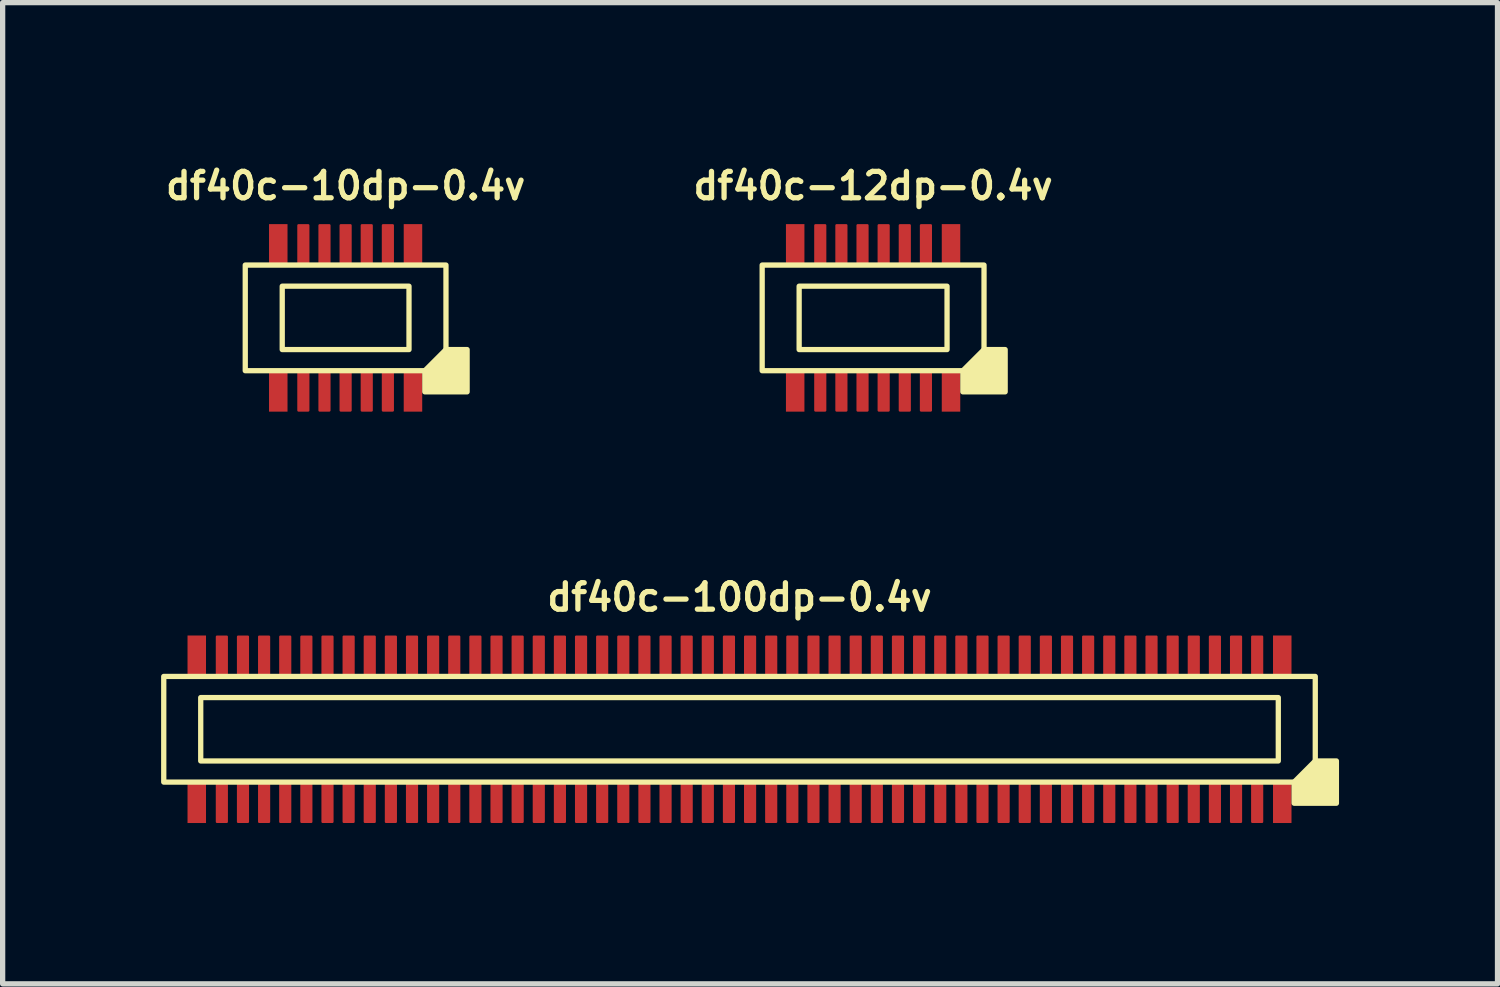
<source format=kicad_pcb>
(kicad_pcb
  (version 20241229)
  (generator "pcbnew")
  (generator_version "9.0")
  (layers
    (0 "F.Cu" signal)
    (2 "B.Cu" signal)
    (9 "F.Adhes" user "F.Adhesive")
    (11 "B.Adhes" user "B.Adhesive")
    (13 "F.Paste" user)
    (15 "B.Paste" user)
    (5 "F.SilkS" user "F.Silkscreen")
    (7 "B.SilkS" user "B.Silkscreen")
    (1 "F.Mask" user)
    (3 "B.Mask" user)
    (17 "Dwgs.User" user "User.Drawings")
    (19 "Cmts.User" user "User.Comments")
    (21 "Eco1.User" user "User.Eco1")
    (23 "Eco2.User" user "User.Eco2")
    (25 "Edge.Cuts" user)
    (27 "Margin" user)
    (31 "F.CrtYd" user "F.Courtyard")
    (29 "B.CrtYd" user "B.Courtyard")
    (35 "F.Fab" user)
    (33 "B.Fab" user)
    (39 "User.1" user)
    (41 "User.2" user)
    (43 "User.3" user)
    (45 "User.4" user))
  (footprint "df40c-10dp-0.4v"
    (layer "F.Cu")
    (at 3.493 2.968)
    (property "Reference" "df40c-10dp-0.4v" (at 0 -2.5 180) (layer "F.SilkS") (effects (font (size 0.5 0.5) (thickness 0.1))))
    (attr smd)
    (fp_rect (start -1.45 -1.775) (end -1.1 -1.025) (stroke (width 0) (type solid)) (fill yes) (layer "F.Cu"))
    (fp_rect (start -1.45 1.025) (end -1.1 1.775) (stroke (width 0) (type solid)) (fill yes) (layer "F.Cu"))
    (fp_rect (start 1.1 -1.775) (end 1.45 -1.025) (stroke (width 0) (type solid)) (fill yes) (layer "F.Cu"))
    (fp_rect (start 1.1 1.025) (end 1.45 1.775) (stroke (width 0) (type solid)) (fill yes) (layer "F.Cu"))
    (fp_rect (start -1.48 -1.805) (end -1.07 -0.995) (stroke (width 0) (type solid)) (fill yes) (layer "F.Mask"))
    (fp_rect (start -1.48 0.995) (end -1.07 1.805) (stroke (width 0) (type solid)) (fill yes) (layer "F.Mask"))
    (fp_rect (start 1.07 -0.995) (end 1.48 -1.805) (stroke (width 0.03) (type solid)) (fill yes) (layer "F.Mask"))
    (fp_rect (start 1.07 0.995) (end 1.48 1.805) (stroke (width 0.03) (type solid)) (fill yes) (layer "F.Mask"))
    (fp_rect (start 1.2 -0.6) (end -1.2 0.6) (stroke (width 0.1) (type default)) (fill no) (layer "F.SilkS"))
    (fp_rect (start 1.9 -1) (end -1.9 1) (stroke (width 0.1) (type default)) (fill no) (layer "F.SilkS"))
    (fp_poly (pts (xy 1.5 1) (xy 1.5 1.4) (xy 2.3 1.4) (xy 2.3 0.6) (xy 1.9 0.6)) (stroke (width 0.1) (type solid)) (fill yes) (layer "F.SilkS"))
    (fp_rect (start -1.45 -1.775) (end -1.1 -1.025) (stroke (width 0) (type solid)) (fill yes) (layer "F.Paste"))
    (fp_rect (start -1.1 1.025) (end -1.45 1.775) (stroke (width 0) (type solid)) (fill yes) (layer "F.Paste"))
    (fp_rect (start 1.1 -1.775) (end 1.45 -1.025) (stroke (width 0) (type solid)) (fill yes) (layer "F.Paste"))
    (fp_rect (start 1.1 1.025) (end 1.45 1.775) (stroke (width 0) (type solid)) (fill yes) (layer "F.Paste"))
    (pad "1" smd roundrect (at 0.8 1.4) (size 0.23 0.75) (layers "F.Cu" "F.Mask" "F.Paste") (roundrect_rratio 0.1))
    (pad "2" smd roundrect (at 0.8 -1.4) (size 0.23 0.75) (layers "F.Cu" "F.Mask" "F.Paste") (roundrect_rratio 0.1))
    (pad "3" smd roundrect (at 0.4 1.4) (size 0.23 0.75) (layers "F.Cu" "F.Mask" "F.Paste") (roundrect_rratio 0.1))
    (pad "4" smd roundrect (at 0.4 -1.4) (size 0.23 0.75) (layers "F.Cu" "F.Mask" "F.Paste") (roundrect_rratio 0.1))
    (pad "5" smd roundrect (at 0 1.4) (size 0.23 0.75) (layers "F.Cu" "F.Mask" "F.Paste") (roundrect_rratio 0.1))
    (pad "6" smd roundrect (at 0 -1.4) (size 0.23 0.75) (layers "F.Cu" "F.Mask" "F.Paste") (roundrect_rratio 0.1))
    (pad "7" smd roundrect (at -0.4 1.4) (size 0.23 0.75) (layers "F.Cu" "F.Mask" "F.Paste") (roundrect_rratio 0.1))
    (pad "8" smd roundrect (at -0.4 -1.4) (size 0.23 0.75) (layers "F.Cu" "F.Mask" "F.Paste") (roundrect_rratio 0.1))
    (pad "9" smd roundrect (at -0.8 1.4) (size 0.23 0.75) (layers "F.Cu" "F.Mask" "F.Paste") (roundrect_rratio 0.1))
    (pad "10" smd roundrect (at -0.8 -1.4) (size 0.23 0.75) (layers "F.Cu" "F.Mask" "F.Paste") (roundrect_rratio 0.1)))
  (footprint "df40c-12dp-0.4v"
    (layer "F.Cu")
    (at 13.479 2.968)
    (property "Reference" "df40c-12dp-0.4v" (at 0 -2.5 180) (layer "F.SilkS") (effects (font (size 0.5 0.5) (thickness 0.1))))
    (attr smd)
    (fp_rect (start -1.65 -1.775) (end -1.3 -1.025) (stroke (width 0) (type solid)) (fill yes) (layer "F.Cu"))
    (fp_rect (start -1.65 1.025) (end -1.3 1.775) (stroke (width 0) (type solid)) (fill yes) (layer "F.Cu"))
    (fp_rect (start 1.3 -1.775) (end 1.65 -1.025) (stroke (width 0) (type solid)) (fill yes) (layer "F.Cu"))
    (fp_rect (start 1.3 1.025) (end 1.65 1.775) (stroke (width 0) (type solid)) (fill yes) (layer "F.Cu"))
    (fp_rect (start -1.68 -1.805) (end -1.27 -0.995) (stroke (width 0) (type solid)) (fill yes) (layer "F.Mask"))
    (fp_rect (start -1.68 0.995) (end -1.27 1.805) (stroke (width 0) (type solid)) (fill yes) (layer "F.Mask"))
    (fp_rect (start 1.27 -0.995) (end 1.68 -1.805) (stroke (width 0.03) (type solid)) (fill yes) (layer "F.Mask"))
    (fp_rect (start 1.27 0.995) (end 1.68 1.805) (stroke (width 0.03) (type solid)) (fill yes) (layer "F.Mask"))
    (fp_rect (start 1.4 -0.6) (end -1.4 0.6) (stroke (width 0.1) (type default)) (fill no) (layer "F.SilkS"))
    (fp_rect (start 2.1 -1) (end -2.1 1) (stroke (width 0.1) (type default)) (fill no) (layer "F.SilkS"))
    (fp_poly (pts (xy 1.7 1) (xy 1.7 1.4) (xy 2.5 1.4) (xy 2.5 0.6) (xy 2.1 0.6)) (stroke (width 0.1) (type solid)) (fill yes) (layer "F.SilkS"))
    (fp_rect (start -1.65 -1.775) (end -1.3 -1.025) (stroke (width 0) (type solid)) (fill yes) (layer "F.Paste"))
    (fp_rect (start -1.3 1.025) (end -1.65 1.775) (stroke (width 0) (type solid)) (fill yes) (layer "F.Paste"))
    (fp_rect (start 1.3 -1.775) (end 1.65 -1.025) (stroke (width 0) (type solid)) (fill yes) (layer "F.Paste"))
    (fp_rect (start 1.3 1.025) (end 1.65 1.775) (stroke (width 0) (type solid)) (fill yes) (layer "F.Paste"))
    (pad "1" smd roundrect (at 1 1.4) (size 0.23 0.75) (layers "F.Cu" "F.Mask" "F.Paste") (roundrect_rratio 0.1))
    (pad "2" smd roundrect (at 1 -1.4) (size 0.23 0.75) (layers "F.Cu" "F.Mask" "F.Paste") (roundrect_rratio 0.1))
    (pad "3" smd roundrect (at 0.6 1.4) (size 0.23 0.75) (layers "F.Cu" "F.Mask" "F.Paste") (roundrect_rratio 0.1))
    (pad "4" smd roundrect (at 0.6 -1.4) (size 0.23 0.75) (layers "F.Cu" "F.Mask" "F.Paste") (roundrect_rratio 0.1))
    (pad "5" smd roundrect (at 0.2 1.4) (size 0.23 0.75) (layers "F.Cu" "F.Mask" "F.Paste") (roundrect_rratio 0.1))
    (pad "6" smd roundrect (at 0.2 -1.4) (size 0.23 0.75) (layers "F.Cu" "F.Mask" "F.Paste") (roundrect_rratio 0.1))
    (pad "7" smd roundrect (at -0.2 1.4) (size 0.23 0.75) (layers "F.Cu" "F.Mask" "F.Paste") (roundrect_rratio 0.1))
    (pad "8" smd roundrect (at -0.2 -1.4) (size 0.23 0.75) (layers "F.Cu" "F.Mask" "F.Paste") (roundrect_rratio 0.1))
    (pad "9" smd roundrect (at -0.6 1.4) (size 0.23 0.75) (layers "F.Cu" "F.Mask" "F.Paste") (roundrect_rratio 0.1))
    (pad "10" smd roundrect (at -0.6 -1.4) (size 0.23 0.75) (layers "F.Cu" "F.Mask" "F.Paste") (roundrect_rratio 0.1))
    (pad "11" smd roundrect (at -1 1.4) (size 0.23 0.75) (layers "F.Cu" "F.Mask" "F.Paste") (roundrect_rratio 0.1))
    (pad "12" smd roundrect (at -1 -1.4) (size 0.23 0.75) (layers "F.Cu" "F.Mask" "F.Paste") (roundrect_rratio 0.1)))
  (footprint "df40c-100dp-0.4v"
    (layer "F.Cu")
    (at 10.95 10.756)
    (property "Reference" "df40c-100dp-0.4v" (at 0 -2.5 180) (layer "F.SilkS") (effects (font (size 0.5 0.5) (thickness 0.1))))
    (attr smd)
    (fp_rect (start -10.45 -1.775) (end -10.1 -1.025) (stroke (width 0) (type solid)) (fill yes) (layer "F.Cu"))
    (fp_rect (start -10.45 1.025) (end -10.1 1.775) (stroke (width 0) (type solid)) (fill yes) (layer "F.Cu"))
    (fp_rect (start 10.1 -1.775) (end 10.45 -1.025) (stroke (width 0) (type solid)) (fill yes) (layer "F.Cu"))
    (fp_rect (start 10.1 1.025) (end 10.45 1.775) (stroke (width 0) (type solid)) (fill yes) (layer "F.Cu"))
    (fp_rect (start -10.48 -1.805) (end -10.07 -0.995) (stroke (width 0) (type solid)) (fill yes) (layer "F.Mask"))
    (fp_rect (start -10.48 0.995) (end -10.07 1.805) (stroke (width 0) (type solid)) (fill yes) (layer "F.Mask"))
    (fp_rect (start 10.07 -0.995) (end 10.48 -1.805) (stroke (width 0.03) (type solid)) (fill yes) (layer "F.Mask"))
    (fp_rect (start 10.07 0.995) (end 10.48 1.805) (stroke (width 0.03) (type solid)) (fill yes) (layer "F.Mask"))
    (fp_rect (start 10.2 -0.6) (end -10.2 0.6) (stroke (width 0.1) (type default)) (fill no) (layer "F.SilkS"))
    (fp_rect (start 10.9 -1) (end -10.9 1) (stroke (width 0.1) (type default)) (fill no) (layer "F.SilkS"))
    (fp_poly (pts (xy 10.5 1) (xy 10.5 1.4) (xy 11.3 1.4) (xy 11.3 0.6) (xy 10.9 0.6)) (stroke (width 0.1) (type solid)) (fill yes) (layer "F.SilkS"))
    (fp_rect (start -10.45 -1.775) (end -10.1 -1.025) (stroke (width 0) (type solid)) (fill yes) (layer "F.Paste"))
    (fp_rect (start -10.1 1.025) (end -10.45 1.775) (stroke (width 0) (type solid)) (fill yes) (layer "F.Paste"))
    (fp_rect (start 10.1 -1.775) (end 10.45 -1.025) (stroke (width 0) (type solid)) (fill yes) (layer "F.Paste"))
    (fp_rect (start 10.1 1.025) (end 10.45 1.775) (stroke (width 0) (type solid)) (fill yes) (layer "F.Paste"))
    (pad "1" smd roundrect (at 9.8 1.4) (size 0.23 0.75) (layers "F.Cu" "F.Mask" "F.Paste") (roundrect_rratio 0.1))
    (pad "2" smd roundrect (at 9.8 -1.4) (size 0.23 0.75) (layers "F.Cu" "F.Mask" "F.Paste") (roundrect_rratio 0.1))
    (pad "3" smd roundrect (at 9.4 1.4) (size 0.23 0.75) (layers "F.Cu" "F.Mask" "F.Paste") (roundrect_rratio 0.1))
    (pad "4" smd roundrect (at 9.4 -1.4) (size 0.23 0.75) (layers "F.Cu" "F.Mask" "F.Paste") (roundrect_rratio 0.1))
    (pad "5" smd roundrect (at 9 1.4) (size 0.23 0.75) (layers "F.Cu" "F.Mask" "F.Paste") (roundrect_rratio 0.1))
    (pad "6" smd roundrect (at 9 -1.4) (size 0.23 0.75) (layers "F.Cu" "F.Mask" "F.Paste") (roundrect_rratio 0.1))
    (pad "7" smd roundrect (at 8.6 1.4) (size 0.23 0.75) (layers "F.Cu" "F.Mask" "F.Paste") (roundrect_rratio 0.1))
    (pad "8" smd roundrect (at 8.6 -1.4) (size 0.23 0.75) (layers "F.Cu" "F.Mask" "F.Paste") (roundrect_rratio 0.1))
    (pad "9" smd roundrect (at 8.2 1.4) (size 0.23 0.75) (layers "F.Cu" "F.Mask" "F.Paste") (roundrect_rratio 0.1))
    (pad "10" smd roundrect (at 8.2 -1.4) (size 0.23 0.75) (layers "F.Cu" "F.Mask" "F.Paste") (roundrect_rratio 0.1))
    (pad "11" smd roundrect (at 7.8 1.4) (size 0.23 0.75) (layers "F.Cu" "F.Mask" "F.Paste") (roundrect_rratio 0.1))
    (pad "12" smd roundrect (at 7.8 -1.4) (size 0.23 0.75) (layers "F.Cu" "F.Mask" "F.Paste") (roundrect_rratio 0.1))
    (pad "13" smd roundrect (at 7.4 1.4) (size 0.23 0.75) (layers "F.Cu" "F.Mask" "F.Paste") (roundrect_rratio 0.1))
    (pad "14" smd roundrect (at 7.4 -1.4) (size 0.23 0.75) (layers "F.Cu" "F.Mask" "F.Paste") (roundrect_rratio 0.1))
    (pad "15" smd roundrect (at 7 1.4) (size 0.23 0.75) (layers "F.Cu" "F.Mask" "F.Paste") (roundrect_rratio 0.1))
    (pad "16" smd roundrect (at 7 -1.4) (size 0.23 0.75) (layers "F.Cu" "F.Mask" "F.Paste") (roundrect_rratio 0.1))
    (pad "17" smd roundrect (at 6.6 1.4) (size 0.23 0.75) (layers "F.Cu" "F.Mask" "F.Paste") (roundrect_rratio 0.1))
    (pad "18" smd roundrect (at 6.6 -1.4) (size 0.23 0.75) (layers "F.Cu" "F.Mask" "F.Paste") (roundrect_rratio 0.1))
    (pad "19" smd roundrect (at 6.2 1.4) (size 0.23 0.75) (layers "F.Cu" "F.Mask" "F.Paste") (roundrect_rratio 0.1))
    (pad "20" smd roundrect (at 6.2 -1.4) (size 0.23 0.75) (layers "F.Cu" "F.Mask" "F.Paste") (roundrect_rratio 0.1))
    (pad "21" smd roundrect (at 5.8 1.4) (size 0.23 0.75) (layers "F.Cu" "F.Mask" "F.Paste") (roundrect_rratio 0.1))
    (pad "22" smd roundrect (at 5.8 -1.4) (size 0.23 0.75) (layers "F.Cu" "F.Mask" "F.Paste") (roundrect_rratio 0.1))
    (pad "23" smd roundrect (at 5.4 1.4) (size 0.23 0.75) (layers "F.Cu" "F.Mask" "F.Paste") (roundrect_rratio 0.1))
    (pad "24" smd roundrect (at 5.4 -1.4) (size 0.23 0.75) (layers "F.Cu" "F.Mask" "F.Paste") (roundrect_rratio 0.1))
    (pad "25" smd roundrect (at 5 1.4) (size 0.23 0.75) (layers "F.Cu" "F.Mask" "F.Paste") (roundrect_rratio 0.1))
    (pad "26" smd roundrect (at 5 -1.4) (size 0.23 0.75) (layers "F.Cu" "F.Mask" "F.Paste") (roundrect_rratio 0.1))
    (pad "27" smd roundrect (at 4.6 1.4) (size 0.23 0.75) (layers "F.Cu" "F.Mask" "F.Paste") (roundrect_rratio 0.1))
    (pad "28" smd roundrect (at 4.6 -1.4) (size 0.23 0.75) (layers "F.Cu" "F.Mask" "F.Paste") (roundrect_rratio 0.1))
    (pad "29" smd roundrect (at 4.2 1.4) (size 0.23 0.75) (layers "F.Cu" "F.Mask" "F.Paste") (roundrect_rratio 0.1))
    (pad "30" smd roundrect (at 4.2 -1.4) (size 0.23 0.75) (layers "F.Cu" "F.Mask" "F.Paste") (roundrect_rratio 0.1))
    (pad "31" smd roundrect (at 3.8 1.4) (size 0.23 0.75) (layers "F.Cu" "F.Mask" "F.Paste") (roundrect_rratio 0.1))
    (pad "32" smd roundrect (at 3.8 -1.4) (size 0.23 0.75) (layers "F.Cu" "F.Mask" "F.Paste") (roundrect_rratio 0.1))
    (pad "33" smd roundrect (at 3.4 1.4) (size 0.23 0.75) (layers "F.Cu" "F.Mask" "F.Paste") (roundrect_rratio 0.1))
    (pad "34" smd roundrect (at 3.4 -1.4) (size 0.23 0.75) (layers "F.Cu" "F.Mask" "F.Paste") (roundrect_rratio 0.1))
    (pad "35" smd roundrect (at 3 1.4) (size 0.23 0.75) (layers "F.Cu" "F.Mask" "F.Paste") (roundrect_rratio 0.1))
    (pad "36" smd roundrect (at 3 -1.4) (size 0.23 0.75) (layers "F.Cu" "F.Mask" "F.Paste") (roundrect_rratio 0.1))
    (pad "37" smd roundrect (at 2.6 1.4) (size 0.23 0.75) (layers "F.Cu" "F.Mask" "F.Paste") (roundrect_rratio 0.1))
    (pad "38" smd roundrect (at 2.6 -1.4) (size 0.23 0.75) (layers "F.Cu" "F.Mask" "F.Paste") (roundrect_rratio 0.1))
    (pad "39" smd roundrect (at 2.2 1.4) (size 0.23 0.75) (layers "F.Cu" "F.Mask" "F.Paste") (roundrect_rratio 0.1))
    (pad "40" smd roundrect (at 2.2 -1.4) (size 0.23 0.75) (layers "F.Cu" "F.Mask" "F.Paste") (roundrect_rratio 0.1))
    (pad "41" smd roundrect (at 1.8 1.4) (size 0.23 0.75) (layers "F.Cu" "F.Mask" "F.Paste") (roundrect_rratio 0.1))
    (pad "42" smd roundrect (at 1.8 -1.4) (size 0.23 0.75) (layers "F.Cu" "F.Mask" "F.Paste") (roundrect_rratio 0.1))
    (pad "43" smd roundrect (at 1.4 1.4) (size 0.23 0.75) (layers "F.Cu" "F.Mask" "F.Paste") (roundrect_rratio 0.1))
    (pad "44" smd roundrect (at 1.4 -1.4) (size 0.23 0.75) (layers "F.Cu" "F.Mask" "F.Paste") (roundrect_rratio 0.1))
    (pad "45" smd roundrect (at 1 1.4) (size 0.23 0.75) (layers "F.Cu" "F.Mask" "F.Paste") (roundrect_rratio 0.1))
    (pad "46" smd roundrect (at 1 -1.4) (size 0.23 0.75) (layers "F.Cu" "F.Mask" "F.Paste") (roundrect_rratio 0.1))
    (pad "47" smd roundrect (at 0.6 1.4) (size 0.23 0.75) (layers "F.Cu" "F.Mask" "F.Paste") (roundrect_rratio 0.1))
    (pad "48" smd roundrect (at 0.6 -1.4) (size 0.23 0.75) (layers "F.Cu" "F.Mask" "F.Paste") (roundrect_rratio 0.1))
    (pad "49" smd roundrect (at 0.2 1.4) (size 0.23 0.75) (layers "F.Cu" "F.Mask" "F.Paste") (roundrect_rratio 0.1))
    (pad "50" smd roundrect (at 0.2 -1.4) (size 0.23 0.75) (layers "F.Cu" "F.Mask" "F.Paste") (roundrect_rratio 0.1))
    (pad "51" smd roundrect (at -0.2 1.4) (size 0.23 0.75) (layers "F.Cu" "F.Mask" "F.Paste") (roundrect_rratio 0.1))
    (pad "52" smd roundrect (at -0.2 -1.4) (size 0.23 0.75) (layers "F.Cu" "F.Mask" "F.Paste") (roundrect_rratio 0.1))
    (pad "53" smd roundrect (at -0.6 1.4) (size 0.23 0.75) (layers "F.Cu" "F.Mask" "F.Paste") (roundrect_rratio 0.1))
    (pad "54" smd roundrect (at -0.6 -1.4) (size 0.23 0.75) (layers "F.Cu" "F.Mask" "F.Paste") (roundrect_rratio 0.1))
    (pad "55" smd roundrect (at -1 1.4) (size 0.23 0.75) (layers "F.Cu" "F.Mask" "F.Paste") (roundrect_rratio 0.1))
    (pad "56" smd roundrect (at -1 -1.4) (size 0.23 0.75) (layers "F.Cu" "F.Mask" "F.Paste") (roundrect_rratio 0.1))
    (pad "57" smd roundrect (at -1.4 1.4) (size 0.23 0.75) (layers "F.Cu" "F.Mask" "F.Paste") (roundrect_rratio 0.1))
    (pad "58" smd roundrect (at -1.4 -1.4) (size 0.23 0.75) (layers "F.Cu" "F.Mask" "F.Paste") (roundrect_rratio 0.1))
    (pad "59" smd roundrect (at -1.8 1.4) (size 0.23 0.75) (layers "F.Cu" "F.Mask" "F.Paste") (roundrect_rratio 0.1))
    (pad "60" smd roundrect (at -1.8 -1.4) (size 0.23 0.75) (layers "F.Cu" "F.Mask" "F.Paste") (roundrect_rratio 0.1))
    (pad "61" smd roundrect (at -2.2 1.4) (size 0.23 0.75) (layers "F.Cu" "F.Mask" "F.Paste") (roundrect_rratio 0.1))
    (pad "62" smd roundrect (at -2.2 -1.4) (size 0.23 0.75) (layers "F.Cu" "F.Mask" "F.Paste") (roundrect_rratio 0.1))
    (pad "63" smd roundrect (at -2.6 1.4) (size 0.23 0.75) (layers "F.Cu" "F.Mask" "F.Paste") (roundrect_rratio 0.1))
    (pad "64" smd roundrect (at -2.6 -1.4) (size 0.23 0.75) (layers "F.Cu" "F.Mask" "F.Paste") (roundrect_rratio 0.1))
    (pad "65" smd roundrect (at -3 1.4) (size 0.23 0.75) (layers "F.Cu" "F.Mask" "F.Paste") (roundrect_rratio 0.1))
    (pad "66" smd roundrect (at -3 -1.4) (size 0.23 0.75) (layers "F.Cu" "F.Mask" "F.Paste") (roundrect_rratio 0.1))
    (pad "67" smd roundrect (at -3.4 1.4) (size 0.23 0.75) (layers "F.Cu" "F.Mask" "F.Paste") (roundrect_rratio 0.1))
    (pad "68" smd roundrect (at -3.4 -1.4) (size 0.23 0.75) (layers "F.Cu" "F.Mask" "F.Paste") (roundrect_rratio 0.1))
    (pad "69" smd roundrect (at -3.8 1.4) (size 0.23 0.75) (layers "F.Cu" "F.Mask" "F.Paste") (roundrect_rratio 0.1))
    (pad "70" smd roundrect (at -3.8 -1.4) (size 0.23 0.75) (layers "F.Cu" "F.Mask" "F.Paste") (roundrect_rratio 0.1))
    (pad "71" smd roundrect (at -4.2 1.4) (size 0.23 0.75) (layers "F.Cu" "F.Mask" "F.Paste") (roundrect_rratio 0.1))
    (pad "72" smd roundrect (at -4.2 -1.4) (size 0.23 0.75) (layers "F.Cu" "F.Mask" "F.Paste") (roundrect_rratio 0.1))
    (pad "73" smd roundrect (at -4.6 1.4) (size 0.23 0.75) (layers "F.Cu" "F.Mask" "F.Paste") (roundrect_rratio 0.1))
    (pad "74" smd roundrect (at -4.6 -1.4) (size 0.23 0.75) (layers "F.Cu" "F.Mask" "F.Paste") (roundrect_rratio 0.1))
    (pad "75" smd roundrect (at -5 1.4) (size 0.23 0.75) (layers "F.Cu" "F.Mask" "F.Paste") (roundrect_rratio 0.1))
    (pad "76" smd roundrect (at -5 -1.4) (size 0.23 0.75) (layers "F.Cu" "F.Mask" "F.Paste") (roundrect_rratio 0.1))
    (pad "77" smd roundrect (at -5.4 1.4) (size 0.23 0.75) (layers "F.Cu" "F.Mask" "F.Paste") (roundrect_rratio 0.1))
    (pad "78" smd roundrect (at -5.4 -1.4) (size 0.23 0.75) (layers "F.Cu" "F.Mask" "F.Paste") (roundrect_rratio 0.1))
    (pad "79" smd roundrect (at -5.8 1.4) (size 0.23 0.75) (layers "F.Cu" "F.Mask" "F.Paste") (roundrect_rratio 0.1))
    (pad "80" smd roundrect (at -5.8 -1.4) (size 0.23 0.75) (layers "F.Cu" "F.Mask" "F.Paste") (roundrect_rratio 0.1))
    (pad "81" smd roundrect (at -6.2 1.4) (size 0.23 0.75) (layers "F.Cu" "F.Mask" "F.Paste") (roundrect_rratio 0.1))
    (pad "82" smd roundrect (at -6.2 -1.4) (size 0.23 0.75) (layers "F.Cu" "F.Mask" "F.Paste") (roundrect_rratio 0.1))
    (pad "83" smd roundrect (at -6.6 1.4) (size 0.23 0.75) (layers "F.Cu" "F.Mask" "F.Paste") (roundrect_rratio 0.1))
    (pad "84" smd roundrect (at -6.6 -1.4) (size 0.23 0.75) (layers "F.Cu" "F.Mask" "F.Paste") (roundrect_rratio 0.1))
    (pad "85" smd roundrect (at -7 1.4) (size 0.23 0.75) (layers "F.Cu" "F.Mask" "F.Paste") (roundrect_rratio 0.1))
    (pad "86" smd roundrect (at -7 -1.4) (size 0.23 0.75) (layers "F.Cu" "F.Mask" "F.Paste") (roundrect_rratio 0.1))
    (pad "87" smd roundrect (at -7.4 1.4) (size 0.23 0.75) (layers "F.Cu" "F.Mask" "F.Paste") (roundrect_rratio 0.1))
    (pad "88" smd roundrect (at -7.4 -1.4) (size 0.23 0.75) (layers "F.Cu" "F.Mask" "F.Paste") (roundrect_rratio 0.1))
    (pad "89" smd roundrect (at -7.8 1.4) (size 0.23 0.75) (layers "F.Cu" "F.Mask" "F.Paste") (roundrect_rratio 0.1))
    (pad "90" smd roundrect (at -7.8 -1.4) (size 0.23 0.75) (layers "F.Cu" "F.Mask" "F.Paste") (roundrect_rratio 0.1))
    (pad "91" smd roundrect (at -8.2 1.4) (size 0.23 0.75) (layers "F.Cu" "F.Mask" "F.Paste") (roundrect_rratio 0.1))
    (pad "92" smd roundrect (at -8.2 -1.4) (size 0.23 0.75) (layers "F.Cu" "F.Mask" "F.Paste") (roundrect_rratio 0.1))
    (pad "93" smd roundrect (at -8.6 1.4) (size 0.23 0.75) (layers "F.Cu" "F.Mask" "F.Paste") (roundrect_rratio 0.1))
    (pad "94" smd roundrect (at -8.6 -1.4) (size 0.23 0.75) (layers "F.Cu" "F.Mask" "F.Paste") (roundrect_rratio 0.1))
    (pad "95" smd roundrect (at -9 1.4) (size 0.23 0.75) (layers "F.Cu" "F.Mask" "F.Paste") (roundrect_rratio 0.1))
    (pad "96" smd roundrect (at -9 -1.4) (size 0.23 0.75) (layers "F.Cu" "F.Mask" "F.Paste") (roundrect_rratio 0.1))
    (pad "97" smd roundrect (at -9.4 1.4) (size 0.23 0.75) (layers "F.Cu" "F.Mask" "F.Paste") (roundrect_rratio 0.1))
    (pad "98" smd roundrect (at -9.4 -1.4) (size 0.23 0.75) (layers "F.Cu" "F.Mask" "F.Paste") (roundrect_rratio 0.1))
    (pad "99" smd roundrect (at -9.8 1.4) (size 0.23 0.75) (layers "F.Cu" "F.Mask" "F.Paste") (roundrect_rratio 0.1))
    (pad "100" smd roundrect (at -9.8 -1.4) (size 0.23 0.75) (layers "F.Cu" "F.Mask" "F.Paste") (roundrect_rratio 0.1)))
  (gr_rect
    (start -3 -3)
    (end 25.3 15.576)
    (stroke (width 0.1) (type default))
    (fill no)
    (layer "Edge.Cuts")))
</source>
